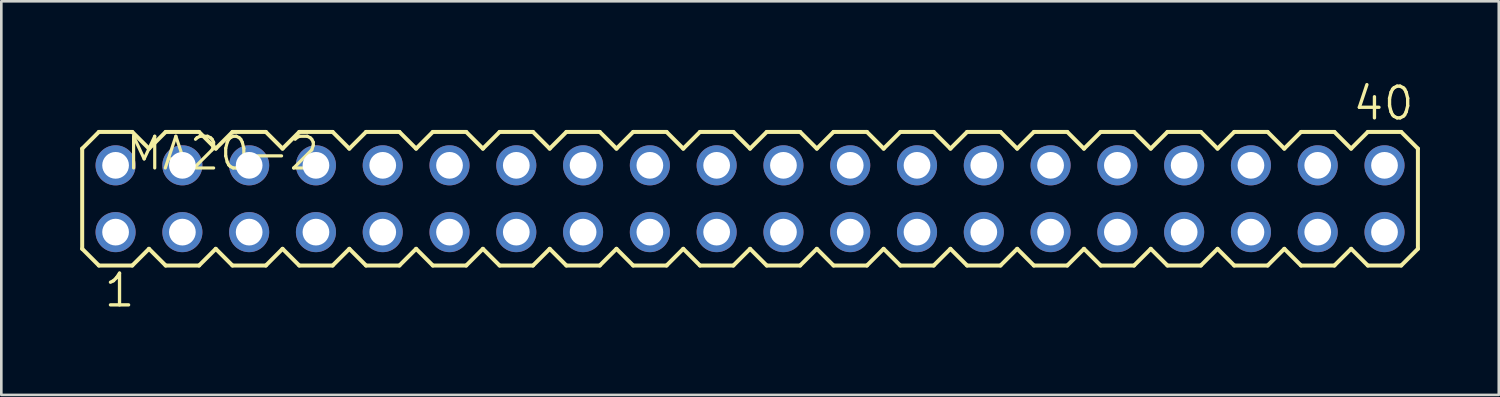
<source format=kicad_pcb>
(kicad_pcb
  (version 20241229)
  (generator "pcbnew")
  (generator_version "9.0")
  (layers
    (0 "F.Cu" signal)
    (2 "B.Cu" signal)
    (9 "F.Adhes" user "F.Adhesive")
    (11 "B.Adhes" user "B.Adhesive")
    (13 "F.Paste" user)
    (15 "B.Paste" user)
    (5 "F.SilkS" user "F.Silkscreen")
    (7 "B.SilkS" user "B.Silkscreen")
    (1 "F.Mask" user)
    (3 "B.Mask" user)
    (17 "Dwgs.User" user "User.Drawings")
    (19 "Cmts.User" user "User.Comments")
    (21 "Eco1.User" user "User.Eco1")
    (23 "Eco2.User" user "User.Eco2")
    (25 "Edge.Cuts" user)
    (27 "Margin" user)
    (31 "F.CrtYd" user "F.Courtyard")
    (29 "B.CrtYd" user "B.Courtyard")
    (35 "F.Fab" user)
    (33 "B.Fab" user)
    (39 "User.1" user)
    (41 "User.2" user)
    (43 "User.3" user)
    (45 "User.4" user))
  (footprint "MA20-2"
    (layer "F.Cu")
    (at 25.476 4.508)
    (property "Reference" "MA20-2" (at -23.812 -1.016 180) (layer "F.SilkS") (effects (font (size 1.206 1.206) (thickness 0.121)) (justify left bottom)))
    (attr through_hole)
    (fp_line (start -25.4 -1.905) (end -25.4 1.905) (stroke (width 0.152) (type solid)) (layer "F.SilkS"))
    (fp_line (start -25.4 1.905) (end -24.765 2.54) (stroke (width 0.152) (type solid)) (layer "F.SilkS"))
    (fp_line (start -24.765 -2.54) (end -25.4 -1.905) (stroke (width 0.152) (type solid)) (layer "F.SilkS"))
    (fp_line (start -24.765 -2.54) (end -23.495 -2.54) (stroke (width 0.152) (type solid)) (layer "F.SilkS"))
    (fp_line (start -23.495 -2.54) (end -22.86 -1.905) (stroke (width 0.152) (type solid)) (layer "F.SilkS"))
    (fp_line (start -23.495 2.54) (end -24.765 2.54) (stroke (width 0.152) (type solid)) (layer "F.SilkS"))
    (fp_line (start -22.86 -1.905) (end -22.225 -2.54) (stroke (width 0.152) (type solid)) (layer "F.SilkS"))
    (fp_line (start -22.86 1.905) (end -23.495 2.54) (stroke (width 0.152) (type solid)) (layer "F.SilkS"))
    (fp_line (start -22.225 -2.54) (end -20.955 -2.54) (stroke (width 0.152) (type solid)) (layer "F.SilkS"))
    (fp_line (start -22.225 2.54) (end -22.86 1.905) (stroke (width 0.152) (type solid)) (layer "F.SilkS"))
    (fp_line (start -20.955 -2.54) (end -20.32 -1.905) (stroke (width 0.152) (type solid)) (layer "F.SilkS"))
    (fp_line (start -20.955 2.54) (end -22.225 2.54) (stroke (width 0.152) (type solid)) (layer "F.SilkS"))
    (fp_line (start -20.32 -1.905) (end -19.685 -2.54) (stroke (width 0.152) (type solid)) (layer "F.SilkS"))
    (fp_line (start -20.32 1.905) (end -20.955 2.54) (stroke (width 0.152) (type solid)) (layer "F.SilkS"))
    (fp_line (start -19.685 -2.54) (end -18.415 -2.54) (stroke (width 0.152) (type solid)) (layer "F.SilkS"))
    (fp_line (start -19.685 2.54) (end -20.32 1.905) (stroke (width 0.152) (type solid)) (layer "F.SilkS"))
    (fp_line (start -18.415 -2.54) (end -17.78 -1.905) (stroke (width 0.152) (type solid)) (layer "F.SilkS"))
    (fp_line (start -18.415 2.54) (end -19.685 2.54) (stroke (width 0.152) (type solid)) (layer "F.SilkS"))
    (fp_line (start -17.78 1.905) (end -18.415 2.54) (stroke (width 0.152) (type solid)) (layer "F.SilkS"))
    (fp_line (start -17.78 1.905) (end -17.145 2.54) (stroke (width 0.152) (type solid)) (layer "F.SilkS"))
    (fp_line (start -17.145 -2.54) (end -17.78 -1.905) (stroke (width 0.152) (type solid)) (layer "F.SilkS"))
    (fp_line (start -17.145 -2.54) (end -15.875 -2.54) (stroke (width 0.152) (type solid)) (layer "F.SilkS"))
    (fp_line (start -15.875 -2.54) (end -15.24 -1.905) (stroke (width 0.152) (type solid)) (layer "F.SilkS"))
    (fp_line (start -15.875 2.54) (end -17.145 2.54) (stroke (width 0.152) (type solid)) (layer "F.SilkS"))
    (fp_line (start -15.24 -1.905) (end -14.605 -2.54) (stroke (width 0.152) (type solid)) (layer "F.SilkS"))
    (fp_line (start -15.24 1.905) (end -15.875 2.54) (stroke (width 0.152) (type solid)) (layer "F.SilkS"))
    (fp_line (start -14.605 -2.54) (end -13.335 -2.54) (stroke (width 0.152) (type solid)) (layer "F.SilkS"))
    (fp_line (start -14.605 2.54) (end -15.24 1.905) (stroke (width 0.152) (type solid)) (layer "F.SilkS"))
    (fp_line (start -13.335 -2.54) (end -12.7 -1.905) (stroke (width 0.152) (type solid)) (layer "F.SilkS"))
    (fp_line (start -13.335 2.54) (end -14.605 2.54) (stroke (width 0.152) (type solid)) (layer "F.SilkS"))
    (fp_line (start -12.7 -1.905) (end -12.065 -2.54) (stroke (width 0.152) (type solid)) (layer "F.SilkS"))
    (fp_line (start -12.7 1.905) (end -13.335 2.54) (stroke (width 0.152) (type solid)) (layer "F.SilkS"))
    (fp_line (start -12.065 -2.54) (end -10.795 -2.54) (stroke (width 0.152) (type solid)) (layer "F.SilkS"))
    (fp_line (start -12.065 2.54) (end -12.7 1.905) (stroke (width 0.152) (type solid)) (layer "F.SilkS"))
    (fp_line (start -10.795 -2.54) (end -10.16 -1.905) (stroke (width 0.152) (type solid)) (layer "F.SilkS"))
    (fp_line (start -10.795 2.54) (end -12.065 2.54) (stroke (width 0.152) (type solid)) (layer "F.SilkS"))
    (fp_line (start -10.16 -1.905) (end -9.525 -2.54) (stroke (width 0.152) (type solid)) (layer "F.SilkS"))
    (fp_line (start -10.16 1.905) (end -10.795 2.54) (stroke (width 0.152) (type solid)) (layer "F.SilkS"))
    (fp_line (start -9.525 -2.54) (end -8.255 -2.54) (stroke (width 0.152) (type solid)) (layer "F.SilkS"))
    (fp_line (start -9.525 2.54) (end -10.16 1.905) (stroke (width 0.152) (type solid)) (layer "F.SilkS"))
    (fp_line (start -8.255 -2.54) (end -7.62 -1.905) (stroke (width 0.152) (type solid)) (layer "F.SilkS"))
    (fp_line (start -8.255 2.54) (end -9.525 2.54) (stroke (width 0.152) (type solid)) (layer "F.SilkS"))
    (fp_line (start -7.62 1.905) (end -8.255 2.54) (stroke (width 0.152) (type solid)) (layer "F.SilkS"))
    (fp_line (start -7.62 1.905) (end -6.985 2.54) (stroke (width 0.152) (type solid)) (layer "F.SilkS"))
    (fp_line (start -6.985 -2.54) (end -7.62 -1.905) (stroke (width 0.152) (type solid)) (layer "F.SilkS"))
    (fp_line (start -6.985 -2.54) (end -5.715 -2.54) (stroke (width 0.152) (type solid)) (layer "F.SilkS"))
    (fp_line (start -5.715 -2.54) (end -5.08 -1.905) (stroke (width 0.152) (type solid)) (layer "F.SilkS"))
    (fp_line (start -5.715 2.54) (end -6.985 2.54) (stroke (width 0.152) (type solid)) (layer "F.SilkS"))
    (fp_line (start -5.08 -1.905) (end -4.445 -2.54) (stroke (width 0.152) (type solid)) (layer "F.SilkS"))
    (fp_line (start -5.08 1.905) (end -5.715 2.54) (stroke (width 0.152) (type solid)) (layer "F.SilkS"))
    (fp_line (start -4.445 -2.54) (end -3.175 -2.54) (stroke (width 0.152) (type solid)) (layer "F.SilkS"))
    (fp_line (start -4.445 2.54) (end -5.08 1.905) (stroke (width 0.152) (type solid)) (layer "F.SilkS"))
    (fp_line (start -3.175 -2.54) (end -2.54 -1.905) (stroke (width 0.152) (type solid)) (layer "F.SilkS"))
    (fp_line (start -3.175 2.54) (end -4.445 2.54) (stroke (width 0.152) (type solid)) (layer "F.SilkS"))
    (fp_line (start -2.54 -1.905) (end -1.905 -2.54) (stroke (width 0.152) (type solid)) (layer "F.SilkS"))
    (fp_line (start -2.54 1.905) (end -3.175 2.54) (stroke (width 0.152) (type solid)) (layer "F.SilkS"))
    (fp_line (start -1.905 -2.54) (end -0.635 -2.54) (stroke (width 0.152) (type solid)) (layer "F.SilkS"))
    (fp_line (start -1.905 2.54) (end -2.54 1.905) (stroke (width 0.152) (type solid)) (layer "F.SilkS"))
    (fp_line (start -0.635 -2.54) (end 0 -1.905) (stroke (width 0.152) (type solid)) (layer "F.SilkS"))
    (fp_line (start -0.635 2.54) (end -1.905 2.54) (stroke (width 0.152) (type solid)) (layer "F.SilkS"))
    (fp_line (start 0 1.905) (end -0.635 2.54) (stroke (width 0.152) (type solid)) (layer "F.SilkS"))
    (fp_line (start 0 1.905) (end 0.635 2.54) (stroke (width 0.152) (type solid)) (layer "F.SilkS"))
    (fp_line (start 0.635 -2.54) (end 0 -1.905) (stroke (width 0.152) (type solid)) (layer "F.SilkS"))
    (fp_line (start 0.635 -2.54) (end 1.905 -2.54) (stroke (width 0.152) (type solid)) (layer "F.SilkS"))
    (fp_line (start 1.905 -2.54) (end 2.54 -1.905) (stroke (width 0.152) (type solid)) (layer "F.SilkS"))
    (fp_line (start 1.905 2.54) (end 0.635 2.54) (stroke (width 0.152) (type solid)) (layer "F.SilkS"))
    (fp_line (start 2.54 -1.905) (end 3.175 -2.54) (stroke (width 0.152) (type solid)) (layer "F.SilkS"))
    (fp_line (start 2.54 1.905) (end 1.905 2.54) (stroke (width 0.152) (type solid)) (layer "F.SilkS"))
    (fp_line (start 3.175 -2.54) (end 4.445 -2.54) (stroke (width 0.152) (type solid)) (layer "F.SilkS"))
    (fp_line (start 3.175 2.54) (end 2.54 1.905) (stroke (width 0.152) (type solid)) (layer "F.SilkS"))
    (fp_line (start 4.445 -2.54) (end 5.08 -1.905) (stroke (width 0.152) (type solid)) (layer "F.SilkS"))
    (fp_line (start 4.445 2.54) (end 3.175 2.54) (stroke (width 0.152) (type solid)) (layer "F.SilkS"))
    (fp_line (start 5.08 -1.905) (end 5.715 -2.54) (stroke (width 0.152) (type solid)) (layer "F.SilkS"))
    (fp_line (start 5.08 1.905) (end 4.445 2.54) (stroke (width 0.152) (type solid)) (layer "F.SilkS"))
    (fp_line (start 5.715 -2.54) (end 6.985 -2.54) (stroke (width 0.152) (type solid)) (layer "F.SilkS"))
    (fp_line (start 5.715 2.54) (end 5.08 1.905) (stroke (width 0.152) (type solid)) (layer "F.SilkS"))
    (fp_line (start 6.985 -2.54) (end 7.62 -1.905) (stroke (width 0.152) (type solid)) (layer "F.SilkS"))
    (fp_line (start 6.985 2.54) (end 5.715 2.54) (stroke (width 0.152) (type solid)) (layer "F.SilkS"))
    (fp_line (start 7.62 -1.905) (end 8.255 -2.54) (stroke (width 0.152) (type solid)) (layer "F.SilkS"))
    (fp_line (start 7.62 1.905) (end 6.985 2.54) (stroke (width 0.152) (type solid)) (layer "F.SilkS"))
    (fp_line (start 8.255 -2.54) (end 9.525 -2.54) (stroke (width 0.152) (type solid)) (layer "F.SilkS"))
    (fp_line (start 8.255 2.54) (end 7.62 1.905) (stroke (width 0.152) (type solid)) (layer "F.SilkS"))
    (fp_line (start 9.525 -2.54) (end 10.16 -1.905) (stroke (width 0.152) (type solid)) (layer "F.SilkS"))
    (fp_line (start 9.525 2.54) (end 8.255 2.54) (stroke (width 0.152) (type solid)) (layer "F.SilkS"))
    (fp_line (start 10.16 1.905) (end 9.525 2.54) (stroke (width 0.152) (type solid)) (layer "F.SilkS"))
    (fp_line (start 10.16 1.905) (end 10.795 2.54) (stroke (width 0.152) (type solid)) (layer "F.SilkS"))
    (fp_line (start 10.795 -2.54) (end 10.16 -1.905) (stroke (width 0.152) (type solid)) (layer "F.SilkS"))
    (fp_line (start 10.795 -2.54) (end 12.065 -2.54) (stroke (width 0.152) (type solid)) (layer "F.SilkS"))
    (fp_line (start 12.065 -2.54) (end 12.7 -1.905) (stroke (width 0.152) (type solid)) (layer "F.SilkS"))
    (fp_line (start 12.065 2.54) (end 10.795 2.54) (stroke (width 0.152) (type solid)) (layer "F.SilkS"))
    (fp_line (start 12.7 -1.905) (end 13.335 -2.54) (stroke (width 0.152) (type solid)) (layer "F.SilkS"))
    (fp_line (start 12.7 1.905) (end 12.065 2.54) (stroke (width 0.152) (type solid)) (layer "F.SilkS"))
    (fp_line (start 13.335 -2.54) (end 14.605 -2.54) (stroke (width 0.152) (type solid)) (layer "F.SilkS"))
    (fp_line (start 13.335 2.54) (end 12.7 1.905) (stroke (width 0.152) (type solid)) (layer "F.SilkS"))
    (fp_line (start 14.605 -2.54) (end 15.24 -1.905) (stroke (width 0.152) (type solid)) (layer "F.SilkS"))
    (fp_line (start 14.605 2.54) (end 13.335 2.54) (stroke (width 0.152) (type solid)) (layer "F.SilkS"))
    (fp_line (start 15.24 -1.905) (end 15.875 -2.54) (stroke (width 0.152) (type solid)) (layer "F.SilkS"))
    (fp_line (start 15.24 1.905) (end 14.605 2.54) (stroke (width 0.152) (type solid)) (layer "F.SilkS"))
    (fp_line (start 15.875 -2.54) (end 17.145 -2.54) (stroke (width 0.152) (type solid)) (layer "F.SilkS"))
    (fp_line (start 15.875 2.54) (end 15.24 1.905) (stroke (width 0.152) (type solid)) (layer "F.SilkS"))
    (fp_line (start 17.145 -2.54) (end 17.78 -1.905) (stroke (width 0.152) (type solid)) (layer "F.SilkS"))
    (fp_line (start 17.145 2.54) (end 15.875 2.54) (stroke (width 0.152) (type solid)) (layer "F.SilkS"))
    (fp_line (start 17.78 1.905) (end 17.145 2.54) (stroke (width 0.152) (type solid)) (layer "F.SilkS"))
    (fp_line (start 17.78 1.905) (end 18.415 2.54) (stroke (width 0.152) (type solid)) (layer "F.SilkS"))
    (fp_line (start 18.415 -2.54) (end 17.78 -1.905) (stroke (width 0.152) (type solid)) (layer "F.SilkS"))
    (fp_line (start 18.415 -2.54) (end 19.685 -2.54) (stroke (width 0.152) (type solid)) (layer "F.SilkS"))
    (fp_line (start 19.685 -2.54) (end 20.32 -1.905) (stroke (width 0.152) (type solid)) (layer "F.SilkS"))
    (fp_line (start 19.685 2.54) (end 18.415 2.54) (stroke (width 0.152) (type solid)) (layer "F.SilkS"))
    (fp_line (start 20.32 -1.905) (end 20.955 -2.54) (stroke (width 0.152) (type solid)) (layer "F.SilkS"))
    (fp_line (start 20.32 1.905) (end 19.685 2.54) (stroke (width 0.152) (type solid)) (layer "F.SilkS"))
    (fp_line (start 20.955 -2.54) (end 22.225 -2.54) (stroke (width 0.152) (type solid)) (layer "F.SilkS"))
    (fp_line (start 20.955 2.54) (end 20.32 1.905) (stroke (width 0.152) (type solid)) (layer "F.SilkS"))
    (fp_line (start 22.225 -2.54) (end 22.86 -1.905) (stroke (width 0.152) (type solid)) (layer "F.SilkS"))
    (fp_line (start 22.225 2.54) (end 20.955 2.54) (stroke (width 0.152) (type solid)) (layer "F.SilkS"))
    (fp_line (start 22.86 -1.905) (end 23.495 -2.54) (stroke (width 0.152) (type solid)) (layer "F.SilkS"))
    (fp_line (start 22.86 1.905) (end 22.225 2.54) (stroke (width 0.152) (type solid)) (layer "F.SilkS"))
    (fp_line (start 23.495 -2.54) (end 24.765 -2.54) (stroke (width 0.152) (type solid)) (layer "F.SilkS"))
    (fp_line (start 23.495 2.54) (end 22.86 1.905) (stroke (width 0.152) (type solid)) (layer "F.SilkS"))
    (fp_line (start 24.765 -2.54) (end 25.4 -1.905) (stroke (width 0.152) (type solid)) (layer "F.SilkS"))
    (fp_line (start 24.765 2.54) (end 23.495 2.54) (stroke (width 0.152) (type solid)) (layer "F.SilkS"))
    (fp_line (start 25.4 -1.905) (end 25.4 1.905) (stroke (width 0.152) (type solid)) (layer "F.SilkS"))
    (fp_line (start 25.4 1.905) (end 24.765 2.54) (stroke (width 0.152) (type solid)) (layer "F.SilkS"))
    (fp_poly (pts (xy -24.384 -1.016) (xy -23.876 -1.016) (xy -23.876 -1.524) (xy -24.384 -1.524)) (stroke (width 0.1) (type solid)) (fill no) (layer "F.Fab"))
    (fp_poly (pts (xy -24.384 1.524) (xy -23.876 1.524) (xy -23.876 1.016) (xy -24.384 1.016)) (stroke (width 0.1) (type solid)) (fill no) (layer "F.Fab"))
    (fp_poly (pts (xy -21.844 -1.016) (xy -21.336 -1.016) (xy -21.336 -1.524) (xy -21.844 -1.524)) (stroke (width 0.1) (type solid)) (fill no) (layer "F.Fab"))
    (fp_poly (pts (xy -21.844 1.524) (xy -21.336 1.524) (xy -21.336 1.016) (xy -21.844 1.016)) (stroke (width 0.1) (type solid)) (fill no) (layer "F.Fab"))
    (fp_poly (pts (xy -19.304 -1.016) (xy -18.796 -1.016) (xy -18.796 -1.524) (xy -19.304 -1.524)) (stroke (width 0.1) (type solid)) (fill no) (layer "F.Fab"))
    (fp_poly (pts (xy -19.304 1.524) (xy -18.796 1.524) (xy -18.796 1.016) (xy -19.304 1.016)) (stroke (width 0.1) (type solid)) (fill no) (layer "F.Fab"))
    (fp_poly (pts (xy -16.764 -1.016) (xy -16.256 -1.016) (xy -16.256 -1.524) (xy -16.764 -1.524)) (stroke (width 0.1) (type solid)) (fill no) (layer "F.Fab"))
    (fp_poly (pts (xy -16.764 1.524) (xy -16.256 1.524) (xy -16.256 1.016) (xy -16.764 1.016)) (stroke (width 0.1) (type solid)) (fill no) (layer "F.Fab"))
    (fp_poly (pts (xy -14.224 -1.016) (xy -13.716 -1.016) (xy -13.716 -1.524) (xy -14.224 -1.524)) (stroke (width 0.1) (type solid)) (fill no) (layer "F.Fab"))
    (fp_poly (pts (xy -14.224 1.524) (xy -13.716 1.524) (xy -13.716 1.016) (xy -14.224 1.016)) (stroke (width 0.1) (type solid)) (fill no) (layer "F.Fab"))
    (fp_poly (pts (xy -11.684 -1.016) (xy -11.176 -1.016) (xy -11.176 -1.524) (xy -11.684 -1.524)) (stroke (width 0.1) (type solid)) (fill no) (layer "F.Fab"))
    (fp_poly (pts (xy -11.684 1.524) (xy -11.176 1.524) (xy -11.176 1.016) (xy -11.684 1.016)) (stroke (width 0.1) (type solid)) (fill no) (layer "F.Fab"))
    (fp_poly (pts (xy -9.144 -1.016) (xy -8.636 -1.016) (xy -8.636 -1.524) (xy -9.144 -1.524)) (stroke (width 0.1) (type solid)) (fill no) (layer "F.Fab"))
    (fp_poly (pts (xy -9.144 1.524) (xy -8.636 1.524) (xy -8.636 1.016) (xy -9.144 1.016)) (stroke (width 0.1) (type solid)) (fill no) (layer "F.Fab"))
    (fp_poly (pts (xy -6.604 -1.016) (xy -6.096 -1.016) (xy -6.096 -1.524) (xy -6.604 -1.524)) (stroke (width 0.1) (type solid)) (fill no) (layer "F.Fab"))
    (fp_poly (pts (xy -6.604 1.524) (xy -6.096 1.524) (xy -6.096 1.016) (xy -6.604 1.016)) (stroke (width 0.1) (type solid)) (fill no) (layer "F.Fab"))
    (fp_poly (pts (xy -4.064 -1.016) (xy -3.556 -1.016) (xy -3.556 -1.524) (xy -4.064 -1.524)) (stroke (width 0.1) (type solid)) (fill no) (layer "F.Fab"))
    (fp_poly (pts (xy -4.064 1.524) (xy -3.556 1.524) (xy -3.556 1.016) (xy -4.064 1.016)) (stroke (width 0.1) (type solid)) (fill no) (layer "F.Fab"))
    (fp_poly (pts (xy -1.524 -1.016) (xy -1.016 -1.016) (xy -1.016 -1.524) (xy -1.524 -1.524)) (stroke (width 0.1) (type solid)) (fill no) (layer "F.Fab"))
    (fp_poly (pts (xy -1.524 1.524) (xy -1.016 1.524) (xy -1.016 1.016) (xy -1.524 1.016)) (stroke (width 0.1) (type solid)) (fill no) (layer "F.Fab"))
    (fp_poly (pts (xy 1.016 -1.016) (xy 1.524 -1.016) (xy 1.524 -1.524) (xy 1.016 -1.524)) (stroke (width 0.1) (type solid)) (fill no) (layer "F.Fab"))
    (fp_poly (pts (xy 1.016 1.524) (xy 1.524 1.524) (xy 1.524 1.016) (xy 1.016 1.016)) (stroke (width 0.1) (type solid)) (fill no) (layer "F.Fab"))
    (fp_poly (pts (xy 3.556 -1.016) (xy 4.064 -1.016) (xy 4.064 -1.524) (xy 3.556 -1.524)) (stroke (width 0.1) (type solid)) (fill no) (layer "F.Fab"))
    (fp_poly (pts (xy 3.556 1.524) (xy 4.064 1.524) (xy 4.064 1.016) (xy 3.556 1.016)) (stroke (width 0.1) (type solid)) (fill no) (layer "F.Fab"))
    (fp_poly (pts (xy 6.096 -1.016) (xy 6.604 -1.016) (xy 6.604 -1.524) (xy 6.096 -1.524)) (stroke (width 0.1) (type solid)) (fill no) (layer "F.Fab"))
    (fp_poly (pts (xy 6.096 1.524) (xy 6.604 1.524) (xy 6.604 1.016) (xy 6.096 1.016)) (stroke (width 0.1) (type solid)) (fill no) (layer "F.Fab"))
    (fp_poly (pts (xy 8.636 -1.016) (xy 9.144 -1.016) (xy 9.144 -1.524) (xy 8.636 -1.524)) (stroke (width 0.1) (type solid)) (fill no) (layer "F.Fab"))
    (fp_poly (pts (xy 8.636 1.524) (xy 9.144 1.524) (xy 9.144 1.016) (xy 8.636 1.016)) (stroke (width 0.1) (type solid)) (fill no) (layer "F.Fab"))
    (fp_poly (pts (xy 11.176 -1.016) (xy 11.684 -1.016) (xy 11.684 -1.524) (xy 11.176 -1.524)) (stroke (width 0.1) (type solid)) (fill no) (layer "F.Fab"))
    (fp_poly (pts (xy 11.176 1.524) (xy 11.684 1.524) (xy 11.684 1.016) (xy 11.176 1.016)) (stroke (width 0.1) (type solid)) (fill no) (layer "F.Fab"))
    (fp_poly (pts (xy 13.716 -1.016) (xy 14.224 -1.016) (xy 14.224 -1.524) (xy 13.716 -1.524)) (stroke (width 0.1) (type solid)) (fill no) (layer "F.Fab"))
    (fp_poly (pts (xy 13.716 1.524) (xy 14.224 1.524) (xy 14.224 1.016) (xy 13.716 1.016)) (stroke (width 0.1) (type solid)) (fill no) (layer "F.Fab"))
    (fp_poly (pts (xy 16.256 -1.016) (xy 16.764 -1.016) (xy 16.764 -1.524) (xy 16.256 -1.524)) (stroke (width 0.1) (type solid)) (fill no) (layer "F.Fab"))
    (fp_poly (pts (xy 16.256 1.524) (xy 16.764 1.524) (xy 16.764 1.016) (xy 16.256 1.016)) (stroke (width 0.1) (type solid)) (fill no) (layer "F.Fab"))
    (fp_poly (pts (xy 18.796 -1.016) (xy 19.304 -1.016) (xy 19.304 -1.524) (xy 18.796 -1.524)) (stroke (width 0.1) (type solid)) (fill no) (layer "F.Fab"))
    (fp_poly (pts (xy 18.796 1.524) (xy 19.304 1.524) (xy 19.304 1.016) (xy 18.796 1.016)) (stroke (width 0.1) (type solid)) (fill no) (layer "F.Fab"))
    (fp_poly (pts (xy 21.336 -1.016) (xy 21.844 -1.016) (xy 21.844 -1.524) (xy 21.336 -1.524)) (stroke (width 0.1) (type solid)) (fill no) (layer "F.Fab"))
    (fp_poly (pts (xy 21.336 1.524) (xy 21.844 1.524) (xy 21.844 1.016) (xy 21.336 1.016)) (stroke (width 0.1) (type solid)) (fill no) (layer "F.Fab"))
    (fp_poly (pts (xy 23.876 -1.016) (xy 24.384 -1.016) (xy 24.384 -1.524) (xy 23.876 -1.524)) (stroke (width 0.1) (type solid)) (fill no) (layer "F.Fab"))
    (fp_poly (pts (xy 23.876 1.524) (xy 24.384 1.524) (xy 24.384 1.016) (xy 23.876 1.016)) (stroke (width 0.1) (type solid)) (fill no) (layer "F.Fab"))
    (fp_text user "40" (at 22.86 -2.921 0) (layer "F.SilkS") (effects (font (size 1.206 1.206) (thickness 0.127)) (justify left bottom)))
    (fp_text user "1" (at -24.638 4.191 0) (layer "F.SilkS") (effects (font (size 1.206 1.206) (thickness 0.127)) (justify left bottom)))
    (pad "1" thru_hole circle (at -24.13 1.27) (size 1.524 1.524) (drill 1.016) (layers "*.Cu" "*.Mask"))
    (pad "2" thru_hole circle (at -24.13 -1.27) (size 1.524 1.524) (drill 1.016) (layers "*.Cu" "*.Mask"))
    (pad "3" thru_hole circle (at -21.59 1.27) (size 1.524 1.524) (drill 1.016) (layers "*.Cu" "*.Mask"))
    (pad "4" thru_hole circle (at -21.59 -1.27) (size 1.524 1.524) (drill 1.016) (layers "*.Cu" "*.Mask"))
    (pad "5" thru_hole circle (at -19.05 1.27) (size 1.524 1.524) (drill 1.016) (layers "*.Cu" "*.Mask"))
    (pad "6" thru_hole circle (at -19.05 -1.27) (size 1.524 1.524) (drill 1.016) (layers "*.Cu" "*.Mask"))
    (pad "7" thru_hole circle (at -16.51 1.27) (size 1.524 1.524) (drill 1.016) (layers "*.Cu" "*.Mask"))
    (pad "8" thru_hole circle (at -16.51 -1.27) (size 1.524 1.524) (drill 1.016) (layers "*.Cu" "*.Mask"))
    (pad "9" thru_hole circle (at -13.97 1.27) (size 1.524 1.524) (drill 1.016) (layers "*.Cu" "*.Mask"))
    (pad "10" thru_hole circle (at -13.97 -1.27) (size 1.524 1.524) (drill 1.016) (layers "*.Cu" "*.Mask"))
    (pad "11" thru_hole circle (at -11.43 1.27) (size 1.524 1.524) (drill 1.016) (layers "*.Cu" "*.Mask"))
    (pad "12" thru_hole circle (at -11.43 -1.27) (size 1.524 1.524) (drill 1.016) (layers "*.Cu" "*.Mask"))
    (pad "13" thru_hole circle (at -8.89 1.27) (size 1.524 1.524) (drill 1.016) (layers "*.Cu" "*.Mask"))
    (pad "14" thru_hole circle (at -8.89 -1.27) (size 1.524 1.524) (drill 1.016) (layers "*.Cu" "*.Mask"))
    (pad "15" thru_hole circle (at -6.35 1.27) (size 1.524 1.524) (drill 1.016) (layers "*.Cu" "*.Mask"))
    (pad "16" thru_hole circle (at -6.35 -1.27) (size 1.524 1.524) (drill 1.016) (layers "*.Cu" "*.Mask"))
    (pad "17" thru_hole circle (at -3.81 1.27) (size 1.524 1.524) (drill 1.016) (layers "*.Cu" "*.Mask"))
    (pad "18" thru_hole circle (at -3.81 -1.27) (size 1.524 1.524) (drill 1.016) (layers "*.Cu" "*.Mask"))
    (pad "19" thru_hole circle (at -1.27 1.27) (size 1.524 1.524) (drill 1.016) (layers "*.Cu" "*.Mask"))
    (pad "20" thru_hole circle (at -1.27 -1.27) (size 1.524 1.524) (drill 1.016) (layers "*.Cu" "*.Mask"))
    (pad "21" thru_hole circle (at 1.27 1.27) (size 1.524 1.524) (drill 1.016) (layers "*.Cu" "*.Mask"))
    (pad "22" thru_hole circle (at 1.27 -1.27) (size 1.524 1.524) (drill 1.016) (layers "*.Cu" "*.Mask"))
    (pad "23" thru_hole circle (at 3.81 1.27) (size 1.524 1.524) (drill 1.016) (layers "*.Cu" "*.Mask"))
    (pad "24" thru_hole circle (at 3.81 -1.27) (size 1.524 1.524) (drill 1.016) (layers "*.Cu" "*.Mask"))
    (pad "25" thru_hole circle (at 6.35 1.27) (size 1.524 1.524) (drill 1.016) (layers "*.Cu" "*.Mask"))
    (pad "26" thru_hole circle (at 6.35 -1.27) (size 1.524 1.524) (drill 1.016) (layers "*.Cu" "*.Mask"))
    (pad "27" thru_hole circle (at 8.89 1.27) (size 1.524 1.524) (drill 1.016) (layers "*.Cu" "*.Mask"))
    (pad "28" thru_hole circle (at 8.89 -1.27) (size 1.524 1.524) (drill 1.016) (layers "*.Cu" "*.Mask"))
    (pad "29" thru_hole circle (at 11.43 1.27) (size 1.524 1.524) (drill 1.016) (layers "*.Cu" "*.Mask"))
    (pad "30" thru_hole circle (at 11.43 -1.27) (size 1.524 1.524) (drill 1.016) (layers "*.Cu" "*.Mask"))
    (pad "31" thru_hole circle (at 13.97 1.27) (size 1.524 1.524) (drill 1.016) (layers "*.Cu" "*.Mask"))
    (pad "32" thru_hole circle (at 13.97 -1.27) (size 1.524 1.524) (drill 1.016) (layers "*.Cu" "*.Mask"))
    (pad "33" thru_hole circle (at 16.51 1.27) (size 1.524 1.524) (drill 1.016) (layers "*.Cu" "*.Mask"))
    (pad "34" thru_hole circle (at 16.51 -1.27) (size 1.524 1.524) (drill 1.016) (layers "*.Cu" "*.Mask"))
    (pad "35" thru_hole circle (at 19.05 1.27) (size 1.524 1.524) (drill 1.016) (layers "*.Cu" "*.Mask"))
    (pad "36" thru_hole circle (at 19.05 -1.27) (size 1.524 1.524) (drill 1.016) (layers "*.Cu" "*.Mask"))
    (pad "37" thru_hole circle (at 21.59 1.27) (size 1.524 1.524) (drill 1.016) (layers "*.Cu" "*.Mask"))
    (pad "38" thru_hole circle (at 21.59 -1.27) (size 1.524 1.524) (drill 1.016) (layers "*.Cu" "*.Mask"))
    (pad "39" thru_hole circle (at 24.13 1.27) (size 1.524 1.524) (drill 1.016) (layers "*.Cu" "*.Mask"))
    (pad "40" thru_hole circle (at 24.13 -1.27) (size 1.524 1.524) (drill 1.016) (layers "*.Cu" "*.Mask")))
  (gr_rect
    (start -3 -3)
    (end 53.952 11.969)
    (stroke (width 0.1) (type default))
    (fill no)
    (layer "Edge.Cuts")))
</source>
